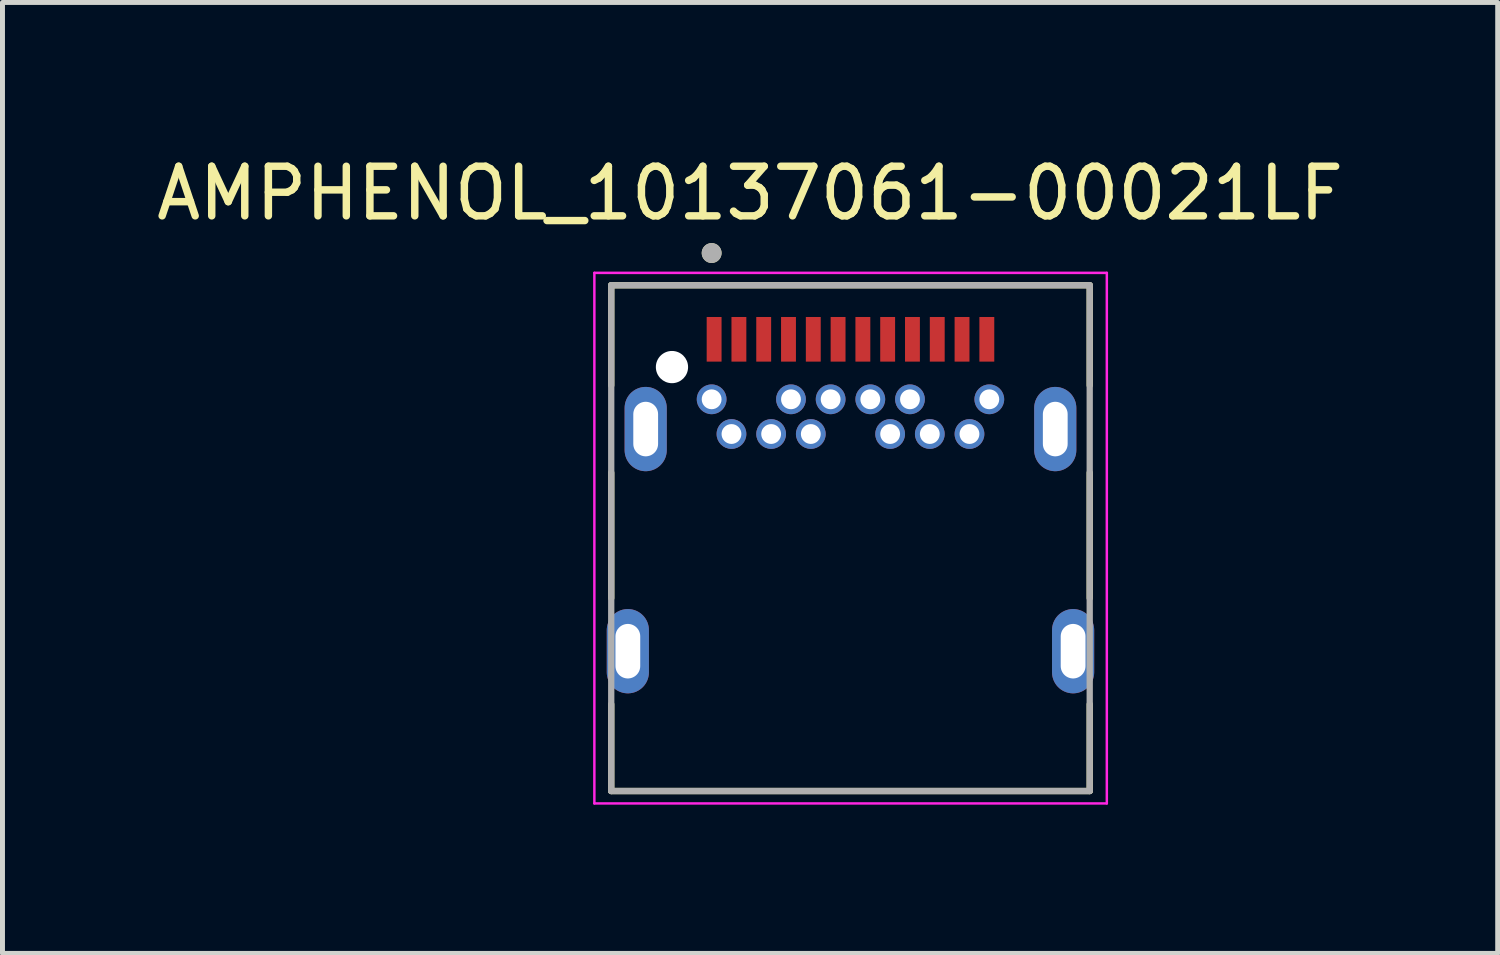
<source format=kicad_pcb>
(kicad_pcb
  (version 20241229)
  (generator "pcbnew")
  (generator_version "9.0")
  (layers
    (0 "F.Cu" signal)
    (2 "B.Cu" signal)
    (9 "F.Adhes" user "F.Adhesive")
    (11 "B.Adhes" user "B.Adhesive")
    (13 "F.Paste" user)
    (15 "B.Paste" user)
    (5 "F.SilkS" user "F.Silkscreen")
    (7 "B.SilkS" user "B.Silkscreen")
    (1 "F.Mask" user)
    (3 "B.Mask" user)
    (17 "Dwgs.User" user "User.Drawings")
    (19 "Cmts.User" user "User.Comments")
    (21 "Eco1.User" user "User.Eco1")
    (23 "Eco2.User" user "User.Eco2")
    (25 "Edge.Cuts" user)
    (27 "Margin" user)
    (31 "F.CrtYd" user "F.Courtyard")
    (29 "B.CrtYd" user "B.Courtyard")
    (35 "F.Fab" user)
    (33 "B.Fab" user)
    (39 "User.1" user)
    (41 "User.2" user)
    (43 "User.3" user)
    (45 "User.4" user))
  (footprint "AMPHENOL_10137061-00021LF"
    (layer "F.Cu")
    (at 10.502 4.353)
    (property "Reference" "AMPHENOL_10137061-00021LF" (at 1.575 -3.505 0) (layer "F.SilkS") (effects (font (size 1 1) (thickness 0.15))))
    (attr through_hole)
    (fp_line (start -1.225 -1.65) (end 8.425 -1.65) (stroke (width 0.127) (type solid)) (layer "F.SilkS"))
    (fp_line (start -1.225 0.37) (end -1.225 -1.65) (stroke (width 0.127) (type solid)) (layer "F.SilkS"))
    (fp_line (start -1.225 4.66) (end -1.225 2.13) (stroke (width 0.127) (type solid)) (layer "F.SilkS"))
    (fp_line (start -1.225 8.55) (end -1.225 6.8) (stroke (width 0.127) (type solid)) (layer "F.SilkS"))
    (fp_line (start 8.425 -1.65) (end 8.425 0.37) (stroke (width 0.127) (type solid)) (layer "F.SilkS"))
    (fp_line (start 8.425 2.13) (end 8.425 4.66) (stroke (width 0.127) (type solid)) (layer "F.SilkS"))
    (fp_line (start 8.425 6.8) (end 8.425 8.55) (stroke (width 0.127) (type solid)) (layer "F.SilkS"))
    (fp_line (start 8.425 8.55) (end -1.225 8.55) (stroke (width 0.127) (type solid)) (layer "F.SilkS"))
    (fp_circle (center 0.8 -2.3) (end 0.9 -2.3) (stroke (width 0.2) (type solid)) (fill no) (layer "F.SilkS"))
    (fp_line (start 7.35 -0.325) (end 7.05 -0.325) (stroke (width 0.0001) (type solid)) (layer "Edge.Cuts"))
    (fp_line (start 7.35 0.325) (end 7.05 0.325) (stroke (width 0.0001) (type solid)) (layer "Edge.Cuts"))
    (fp_arc (start 7.05 0.325) (mid 6.725 0) (end 7.05 -0.325) (stroke (width 0.0001) (type solid)) (layer "Edge.Cuts"))
    (fp_arc (start 7.35 -0.325) (mid 7.675 0) (end 7.35 0.325) (stroke (width 0.0001) (type solid)) (layer "Edge.Cuts"))
    (fp_line (start -1.565 -1.9) (end 8.77 -1.9) (stroke (width 0.05) (type solid)) (layer "F.CrtYd"))
    (fp_line (start -1.565 8.8) (end -1.565 -1.9) (stroke (width 0.05) (type solid)) (layer "F.CrtYd"))
    (fp_line (start 8.77 -1.9) (end 8.77 8.8) (stroke (width 0.05) (type solid)) (layer "F.CrtYd"))
    (fp_line (start 8.77 8.8) (end -1.565 8.8) (stroke (width 0.05) (type solid)) (layer "F.CrtYd"))
    (fp_line (start -1.225 -1.65) (end 8.425 -1.65) (stroke (width 0.127) (type solid)) (layer "F.Fab"))
    (fp_line (start -1.225 8.55) (end -1.225 -1.65) (stroke (width 0.127) (type solid)) (layer "F.Fab"))
    (fp_line (start 8.425 -1.65) (end 8.425 8.55) (stroke (width 0.127) (type solid)) (layer "F.Fab"))
    (fp_line (start 8.425 8.55) (end -1.225 8.55) (stroke (width 0.127) (type solid)) (layer "F.Fab"))
    (fp_circle (center 0.8 -2.3) (end 0.9 -2.3) (stroke (width 0.2) (type solid)) (fill no) (layer "F.Fab"))
    (pad "" np_thru_hole circle (at 0 0) (size 0.65 0.65) (drill 0.65) (layers "*.Cu" "*.Mask"))
    (pad "A1" smd rect (at 0.85 -0.56) (size 0.3 0.9) (layers "F.Cu" "F.Mask" "F.Paste"))
    (pad "A2" smd rect (at 1.35 -0.56) (size 0.3 0.9) (layers "F.Cu" "F.Mask" "F.Paste"))
    (pad "A3" smd rect (at 1.85 -0.56) (size 0.3 0.9) (layers "F.Cu" "F.Mask" "F.Paste"))
    (pad "A4" smd rect (at 2.35 -0.56) (size 0.3 0.9) (layers "F.Cu" "F.Mask" "F.Paste"))
    (pad "A5" smd rect (at 2.85 -0.56) (size 0.3 0.9) (layers "F.Cu" "F.Mask" "F.Paste"))
    (pad "A6" smd rect (at 3.35 -0.56) (size 0.3 0.9) (layers "F.Cu" "F.Mask" "F.Paste"))
    (pad "A7" smd rect (at 3.85 -0.56) (size 0.3 0.9) (layers "F.Cu" "F.Mask" "F.Paste"))
    (pad "A8" smd rect (at 4.35 -0.56) (size 0.3 0.9) (layers "F.Cu" "F.Mask" "F.Paste"))
    (pad "A9" smd rect (at 4.85 -0.56) (size 0.3 0.9) (layers "F.Cu" "F.Mask" "F.Paste"))
    (pad "A10" smd rect (at 5.35 -0.56) (size 0.3 0.9) (layers "F.Cu" "F.Mask" "F.Paste"))
    (pad "A11" smd rect (at 5.85 -0.56) (size 0.3 0.9) (layers "F.Cu" "F.Mask" "F.Paste"))
    (pad "A12" smd rect (at 6.35 -0.56) (size 0.3 0.9) (layers "F.Cu" "F.Mask" "F.Paste"))
    (pad "B1" thru_hole circle (at 6.4 0.65) (size 0.6 0.6) (drill 0.4) (layers "*.Cu" "*.Mask"))
    (pad "B2" thru_hole circle (at 6 1.35) (size 0.6 0.6) (drill 0.4) (layers "*.Cu" "*.Mask"))
    (pad "B3" thru_hole circle (at 5.2 1.35) (size 0.6 0.6) (drill 0.4) (layers "*.Cu" "*.Mask"))
    (pad "B4" thru_hole circle (at 4.8 0.65) (size 0.6 0.6) (drill 0.4) (layers "*.Cu" "*.Mask"))
    (pad "B5" thru_hole circle (at 4.4 1.35) (size 0.6 0.6) (drill 0.4) (layers "*.Cu" "*.Mask"))
    (pad "B6" thru_hole circle (at 4 0.65) (size 0.6 0.6) (drill 0.4) (layers "*.Cu" "*.Mask"))
    (pad "B7" thru_hole circle (at 3.2 0.65) (size 0.6 0.6) (drill 0.4) (layers "*.Cu" "*.Mask"))
    (pad "B8" thru_hole circle (at 2.8 1.35) (size 0.6 0.6) (drill 0.4) (layers "*.Cu" "*.Mask"))
    (pad "B9" thru_hole circle (at 2.4 0.65) (size 0.6 0.6) (drill 0.4) (layers "*.Cu" "*.Mask"))
    (pad "B10" thru_hole circle (at 2 1.35) (size 0.6 0.6) (drill 0.4) (layers "*.Cu" "*.Mask"))
    (pad "B11" thru_hole circle (at 1.2 1.35) (size 0.6 0.6) (drill 0.4) (layers "*.Cu" "*.Mask"))
    (pad "B12" thru_hole circle (at 0.8 0.65) (size 0.6 0.6) (drill 0.4) (layers "*.Cu" "*.Mask"))
    (pad "S1" thru_hole oval (at -0.53 1.25) (size 0.85 1.7) (drill oval 0.5 1.1) (layers "*.Cu" "*.Mask"))
    (pad "S2" thru_hole oval (at 7.73 1.25) (size 0.85 1.7) (drill oval 0.5 1.1) (layers "*.Cu" "*.Mask"))
    (pad "S3" thru_hole oval (at -0.89 5.73) (size 0.85 1.7) (drill oval 0.5 1.1) (layers "*.Cu" "*.Mask"))
    (pad "S4" thru_hole oval (at 8.09 5.73) (size 0.85 1.7) (drill oval 0.5 1.1) (layers "*.Cu" "*.Mask")))
  (gr_rect
    (start -3 -3)
    (end 27.155 16.178)
    (stroke (width 0.1) (type default))
    (fill no)
    (layer "Edge.Cuts")))
</source>
